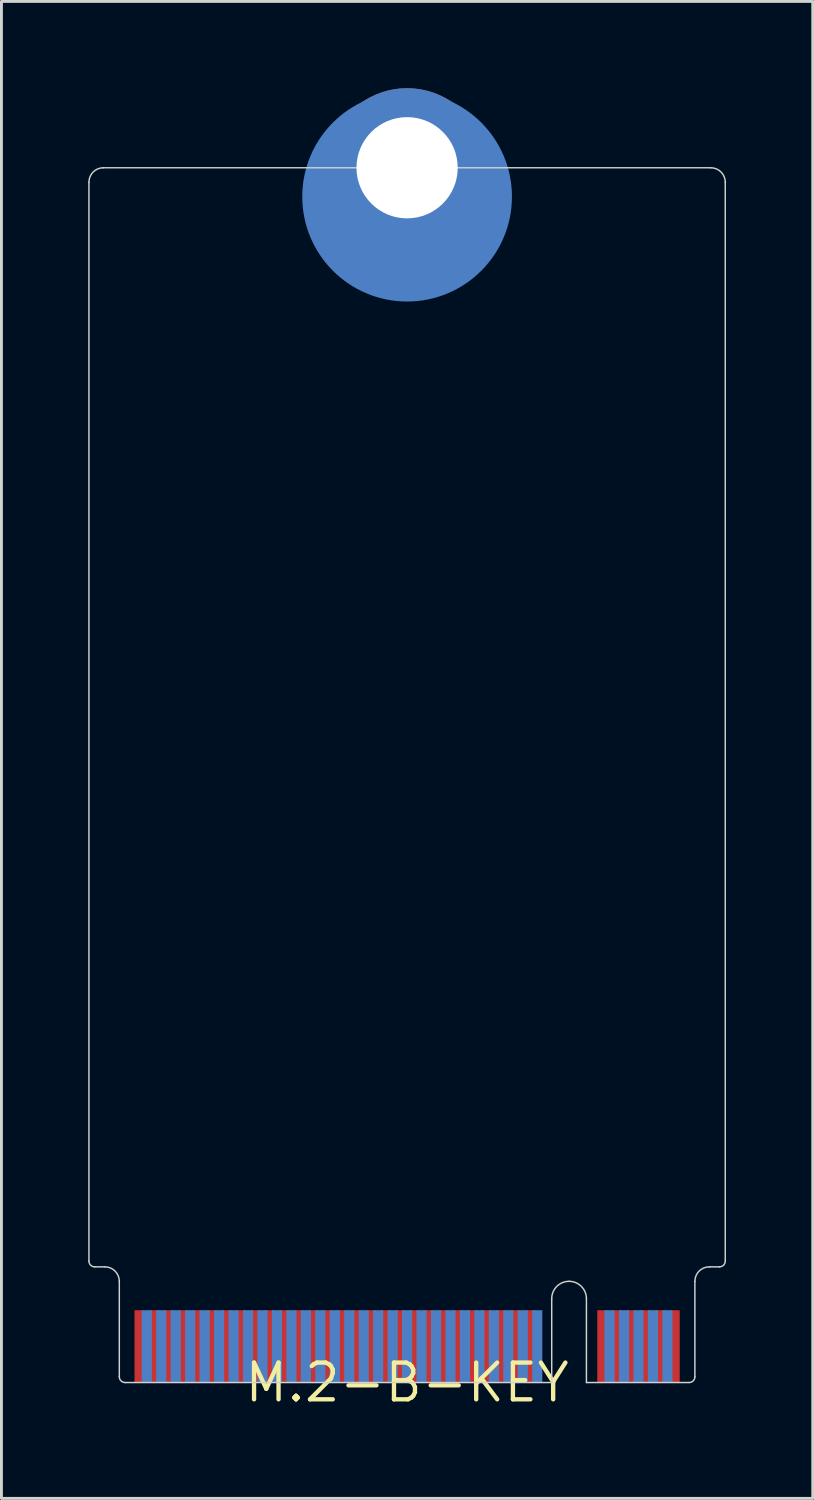
<source format=kicad_pcb>
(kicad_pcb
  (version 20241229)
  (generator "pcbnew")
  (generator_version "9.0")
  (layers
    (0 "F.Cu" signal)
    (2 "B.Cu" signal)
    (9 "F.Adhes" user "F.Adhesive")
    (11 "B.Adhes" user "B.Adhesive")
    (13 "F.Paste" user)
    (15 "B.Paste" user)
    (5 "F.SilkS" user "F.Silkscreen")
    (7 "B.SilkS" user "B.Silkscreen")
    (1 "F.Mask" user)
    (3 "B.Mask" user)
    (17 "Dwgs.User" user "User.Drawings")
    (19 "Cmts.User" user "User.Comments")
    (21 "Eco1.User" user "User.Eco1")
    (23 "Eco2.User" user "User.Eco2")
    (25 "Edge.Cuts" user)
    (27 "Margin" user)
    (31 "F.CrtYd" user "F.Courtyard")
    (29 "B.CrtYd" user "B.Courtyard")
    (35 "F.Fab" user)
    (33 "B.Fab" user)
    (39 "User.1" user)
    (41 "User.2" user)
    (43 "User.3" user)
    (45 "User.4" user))
  (footprint "M.2-B-KEY"
    (layer "F.Cu")
    (at 11.025 44.75)
    (property "Reference" "M.2-B-KEY" (at 0 0 0) (layer "F.SilkS") (effects (font (size 1.27 1.27) (thickness 0.15))))
    (attr through_hole)
    (fp_circle (center 0 -41) (end 3 -41) (stroke (width 1.25) (type solid)) (fill no) (layer "B.Cu"))
    (fp_poly (pts (xy 2.55 -38.45) (xy -2.55 -38.45) (xy -2.55 -43.55) (xy 2.55 -43.55)) (stroke (width 0) (type solid)) (fill yes) (layer "B.Cu"))
    (fp_line (start -11 -41.5) (end -11 -4.2) (stroke (width 0.05) (type solid)) (layer "Edge.Cuts"))
    (fp_line (start -10.8 -4) (end -10.45 -4) (stroke (width 0.05) (type solid)) (layer "Edge.Cuts"))
    (fp_line (start -9.95 -3.5) (end -9.95 -0.2) (stroke (width 0.05) (type solid)) (layer "Edge.Cuts"))
    (fp_line (start -9.75 0) (end 5 0) (stroke (width 0.05) (type solid)) (layer "Edge.Cuts"))
    (fp_line (start 5 -2.9) (end 5 0) (stroke (width 0.05) (type solid)) (layer "Edge.Cuts"))
    (fp_line (start 6.2 -2.9) (end 6.2 0) (stroke (width 0.05) (type solid)) (layer "Edge.Cuts"))
    (fp_line (start 6.2 0) (end 9.75 0) (stroke (width 0.05) (type solid)) (layer "Edge.Cuts"))
    (fp_line (start 9.95 -0.2) (end 9.95 -3.5) (stroke (width 0.05) (type solid)) (layer "Edge.Cuts"))
    (fp_line (start 10.45 -4) (end 10.8 -4) (stroke (width 0.05) (type solid)) (layer "Edge.Cuts"))
    (fp_line (start 10.5 -42) (end -10.5 -42) (stroke (width 0.05) (type solid)) (layer "Edge.Cuts"))
    (fp_line (start 11 -4.2) (end 11 -41.5) (stroke (width 0.05) (type solid)) (layer "Edge.Cuts"))
    (fp_arc (start -11 -41.5) (mid -10.853553 -41.853553) (end -10.5 -42) (stroke (width 0.05) (type solid)) (layer "Edge.Cuts"))
    (fp_arc (start -10.8 -4) (mid -10.941421 -4.058579) (end -11 -4.2) (stroke (width 0.05) (type solid)) (layer "Edge.Cuts"))
    (fp_arc (start -10.45 -4) (mid -10.096447 -3.853553) (end -9.95 -3.5) (stroke (width 0.05) (type solid)) (layer "Edge.Cuts"))
    (fp_arc (start -9.75 0) (mid -9.891421 -0.058579) (end -9.95 -0.2) (stroke (width 0.05) (type solid)) (layer "Edge.Cuts"))
    (fp_arc (start 5 -2.9) (mid 5.175736 -3.324264) (end 5.6 -3.5) (stroke (width 0.05) (type solid)) (layer "Edge.Cuts"))
    (fp_arc (start 5.6 -3.5) (mid 6.024264 -3.324264) (end 6.2 -2.9) (stroke (width 0.05) (type solid)) (layer "Edge.Cuts"))
    (fp_arc (start 9.95 -3.5) (mid 10.096447 -3.853553) (end 10.45 -4) (stroke (width 0.05) (type solid)) (layer "Edge.Cuts"))
    (fp_arc (start 9.95 -0.2) (mid 9.891421 -0.058579) (end 9.75 0) (stroke (width 0.05) (type solid)) (layer "Edge.Cuts"))
    (fp_arc (start 10.5 -42) (mid 10.853553 -41.853553) (end 11 -41.5) (stroke (width 0.05) (type solid)) (layer "Edge.Cuts"))
    (fp_arc (start 11 -4.2) (mid 10.941421 -4.058579) (end 10.8 -4) (stroke (width 0.05) (type solid)) (layer "Edge.Cuts"))
    (pad "1" smd rect (at 9.25 -1.25) (size 0.35 2.5) (layers "F.Cu" "F.Mask" "F.Paste"))
    (pad "2" smd rect (at 9 -1.25) (size 0.35 2.5) (layers "B.Cu" "B.Mask" "B.Paste"))
    (pad "3" smd rect (at 8.75 -1.25) (size 0.35 2.5) (layers "F.Cu" "F.Mask" "F.Paste"))
    (pad "4" smd rect (at 8.5 -1.25) (size 0.35 2.5) (layers "B.Cu" "B.Mask" "B.Paste"))
    (pad "5" smd rect (at 8.25 -1.25) (size 0.35 2.5) (layers "F.Cu" "F.Mask" "F.Paste"))
    (pad "6" smd rect (at 8 -1.25) (size 0.35 2.5) (layers "B.Cu" "B.Mask" "B.Paste"))
    (pad "7" smd rect (at 7.75 -1.25) (size 0.35 2.5) (layers "F.Cu" "F.Mask" "F.Paste"))
    (pad "8" smd rect (at 7.5 -1.25) (size 0.35 2.5) (layers "B.Cu" "B.Mask" "B.Paste"))
    (pad "9" smd rect (at 7.25 -1.25) (size 0.35 2.5) (layers "F.Cu" "F.Mask" "F.Paste"))
    (pad "10" smd rect (at 7 -1.25) (size 0.35 2.5) (layers "B.Cu" "B.Mask" "B.Paste"))
    (pad "11" smd rect (at 6.75 -1.25) (size 0.35 2.5) (layers "F.Cu" "F.Mask" "F.Paste"))
    (pad "20" smd rect (at 4.5 -1.25) (size 0.35 2.5) (layers "B.Cu" "B.Mask" "B.Paste"))
    (pad "21" smd rect (at 4.25 -1.25) (size 0.35 2.5) (layers "F.Cu" "F.Mask" "F.Paste"))
    (pad "22" smd rect (at 4 -1.25) (size 0.35 2.5) (layers "B.Cu" "B.Mask" "B.Paste"))
    (pad "23" smd rect (at 3.75 -1.25) (size 0.35 2.5) (layers "F.Cu" "F.Mask" "F.Paste"))
    (pad "24" smd rect (at 3.5 -1.25) (size 0.35 2.5) (layers "B.Cu" "B.Mask" "B.Paste"))
    (pad "25" smd rect (at 3.25 -1.25) (size 0.35 2.5) (layers "F.Cu" "F.Mask" "F.Paste"))
    (pad "26" smd rect (at 3 -1.25) (size 0.35 2.5) (layers "B.Cu" "B.Mask" "B.Paste"))
    (pad "27" smd rect (at 2.75 -1.25) (size 0.35 2.5) (layers "F.Cu" "F.Mask" "F.Paste"))
    (pad "28" smd rect (at 2.5 -1.25) (size 0.35 2.5) (layers "B.Cu" "B.Mask" "B.Paste"))
    (pad "29" smd rect (at 2.25 -1.25) (size 0.35 2.5) (layers "F.Cu" "F.Mask" "F.Paste"))
    (pad "30" smd rect (at 2 -1.25) (size 0.35 2.5) (layers "B.Cu" "B.Mask" "B.Paste"))
    (pad "31" smd rect (at 1.75 -1.25) (size 0.35 2.5) (layers "F.Cu" "F.Mask" "F.Paste"))
    (pad "32" smd rect (at 1.5 -1.25) (size 0.35 2.5) (layers "B.Cu" "B.Mask" "B.Paste"))
    (pad "33" smd rect (at 1.25 -1.25) (size 0.35 2.5) (layers "F.Cu" "F.Mask" "F.Paste"))
    (pad "34" smd rect (at 1 -1.25) (size 0.35 2.5) (layers "B.Cu" "B.Mask" "B.Paste"))
    (pad "35" smd rect (at 0.75 -1.25) (size 0.35 2.5) (layers "F.Cu" "F.Mask" "F.Paste"))
    (pad "36" smd rect (at 0.5 -1.25) (size 0.35 2.5) (layers "B.Cu" "B.Mask" "B.Paste"))
    (pad "37" smd rect (at 0.25 -1.25) (size 0.35 2.5) (layers "F.Cu" "F.Mask" "F.Paste"))
    (pad "38" smd rect (at 0 -1.25) (size 0.35 2.5) (layers "B.Cu" "B.Mask" "B.Paste"))
    (pad "39" smd rect (at -0.25 -1.25) (size 0.35 2.5) (layers "F.Cu" "F.Mask" "F.Paste"))
    (pad "40" smd rect (at -0.5 -1.25) (size 0.35 2.5) (layers "B.Cu" "B.Mask" "B.Paste"))
    (pad "41" smd rect (at -0.75 -1.25) (size 0.35 2.5) (layers "F.Cu" "F.Mask" "F.Paste"))
    (pad "42" smd rect (at -1 -1.25) (size 0.35 2.5) (layers "B.Cu" "B.Mask" "B.Paste"))
    (pad "43" smd rect (at -1.25 -1.25) (size 0.35 2.5) (layers "F.Cu" "F.Mask" "F.Paste"))
    (pad "44" smd rect (at -1.5 -1.25) (size 0.35 2.5) (layers "B.Cu" "B.Mask" "B.Paste"))
    (pad "45" smd rect (at -1.75 -1.25) (size 0.35 2.5) (layers "F.Cu" "F.Mask" "F.Paste"))
    (pad "46" smd rect (at -2 -1.25) (size 0.35 2.5) (layers "B.Cu" "B.Mask" "B.Paste"))
    (pad "47" smd rect (at -2.25 -1.25) (size 0.35 2.5) (layers "F.Cu" "F.Mask" "F.Paste"))
    (pad "48" smd rect (at -2.5 -1.25) (size 0.35 2.5) (layers "B.Cu" "B.Mask" "B.Paste"))
    (pad "49" smd rect (at -2.75 -1.25) (size 0.35 2.5) (layers "F.Cu" "F.Mask" "F.Paste"))
    (pad "50" smd rect (at -3 -1.25) (size 0.35 2.5) (layers "B.Cu" "B.Mask" "B.Paste"))
    (pad "51" smd rect (at -3.25 -1.25) (size 0.35 2.5) (layers "F.Cu" "F.Mask" "F.Paste"))
    (pad "52" smd rect (at -3.5 -1.25) (size 0.35 2.5) (layers "B.Cu" "B.Mask" "B.Paste"))
    (pad "53" smd rect (at -3.75 -1.25) (size 0.35 2.5) (layers "F.Cu" "F.Mask" "F.Paste"))
    (pad "54" smd rect (at -4 -1.25) (size 0.35 2.5) (layers "B.Cu" "B.Mask" "B.Paste"))
    (pad "55" smd rect (at -4.25 -1.25) (size 0.35 2.5) (layers "F.Cu" "F.Mask" "F.Paste"))
    (pad "56" smd rect (at -4.5 -1.25) (size 0.35 2.5) (layers "B.Cu" "B.Mask" "B.Paste"))
    (pad "57" smd rect (at -4.75 -1.25) (size 0.35 2.5) (layers "F.Cu" "F.Mask" "F.Paste"))
    (pad "58" smd rect (at -5 -1.25) (size 0.35 2.5) (layers "B.Cu" "B.Mask" "B.Paste"))
    (pad "59" smd rect (at -5.25 -1.25) (size 0.35 2.5) (layers "F.Cu" "F.Mask" "F.Paste"))
    (pad "60" smd rect (at -5.5 -1.25) (size 0.35 2.5) (layers "B.Cu" "B.Mask" "B.Paste"))
    (pad "61" smd rect (at -5.75 -1.25) (size 0.35 2.5) (layers "F.Cu" "F.Mask" "F.Paste"))
    (pad "62" smd rect (at -6 -1.25) (size 0.35 2.5) (layers "B.Cu" "B.Mask" "B.Paste"))
    (pad "63" smd rect (at -6.25 -1.25) (size 0.35 2.5) (layers "F.Cu" "F.Mask" "F.Paste"))
    (pad "64" smd rect (at -6.5 -1.25) (size 0.35 2.5) (layers "B.Cu" "B.Mask" "B.Paste"))
    (pad "65" smd rect (at -6.75 -1.25) (size 0.35 2.5) (layers "F.Cu" "F.Mask" "F.Paste"))
    (pad "66" smd rect (at -7 -1.25) (size 0.35 2.5) (layers "B.Cu" "B.Mask" "B.Paste"))
    (pad "67" smd rect (at -7.25 -1.25) (size 0.35 2.5) (layers "F.Cu" "F.Mask" "F.Paste"))
    (pad "68" smd rect (at -7.5 -1.25) (size 0.35 2.5) (layers "B.Cu" "B.Mask" "B.Paste"))
    (pad "69" smd rect (at -7.75 -1.25) (size 0.35 2.5) (layers "F.Cu" "F.Mask" "F.Paste"))
    (pad "70" smd rect (at -8 -1.25) (size 0.35 2.5) (layers "B.Cu" "B.Mask" "B.Paste"))
    (pad "71" smd rect (at -8.25 -1.25) (size 0.35 2.5) (layers "F.Cu" "F.Mask" "F.Paste"))
    (pad "72" smd rect (at -8.5 -1.25) (size 0.35 2.5) (layers "B.Cu" "B.Mask" "B.Paste"))
    (pad "73" smd rect (at -8.75 -1.25) (size 0.35 2.5) (layers "F.Cu" "F.Mask" "F.Paste"))
    (pad "74" smd rect (at -9 -1.25) (size 0.35 2.5) (layers "B.Cu" "B.Mask" "B.Paste"))
    (pad "75" smd rect (at -9.25 -1.25) (size 0.35 2.5) (layers "F.Cu" "F.Mask" "F.Paste"))
    (pad "MOUNTING-HOLE" thru_hole circle (at 0 -42) (size 5.5 5.5) (drill 3.5) (layers "*.Cu" "*.Mask")))
  (gr_rect
    (start -3 -3)
    (end 25.05 48.756)
    (stroke (width 0.1) (type default))
    (fill no)
    (layer "Edge.Cuts")))
</source>
